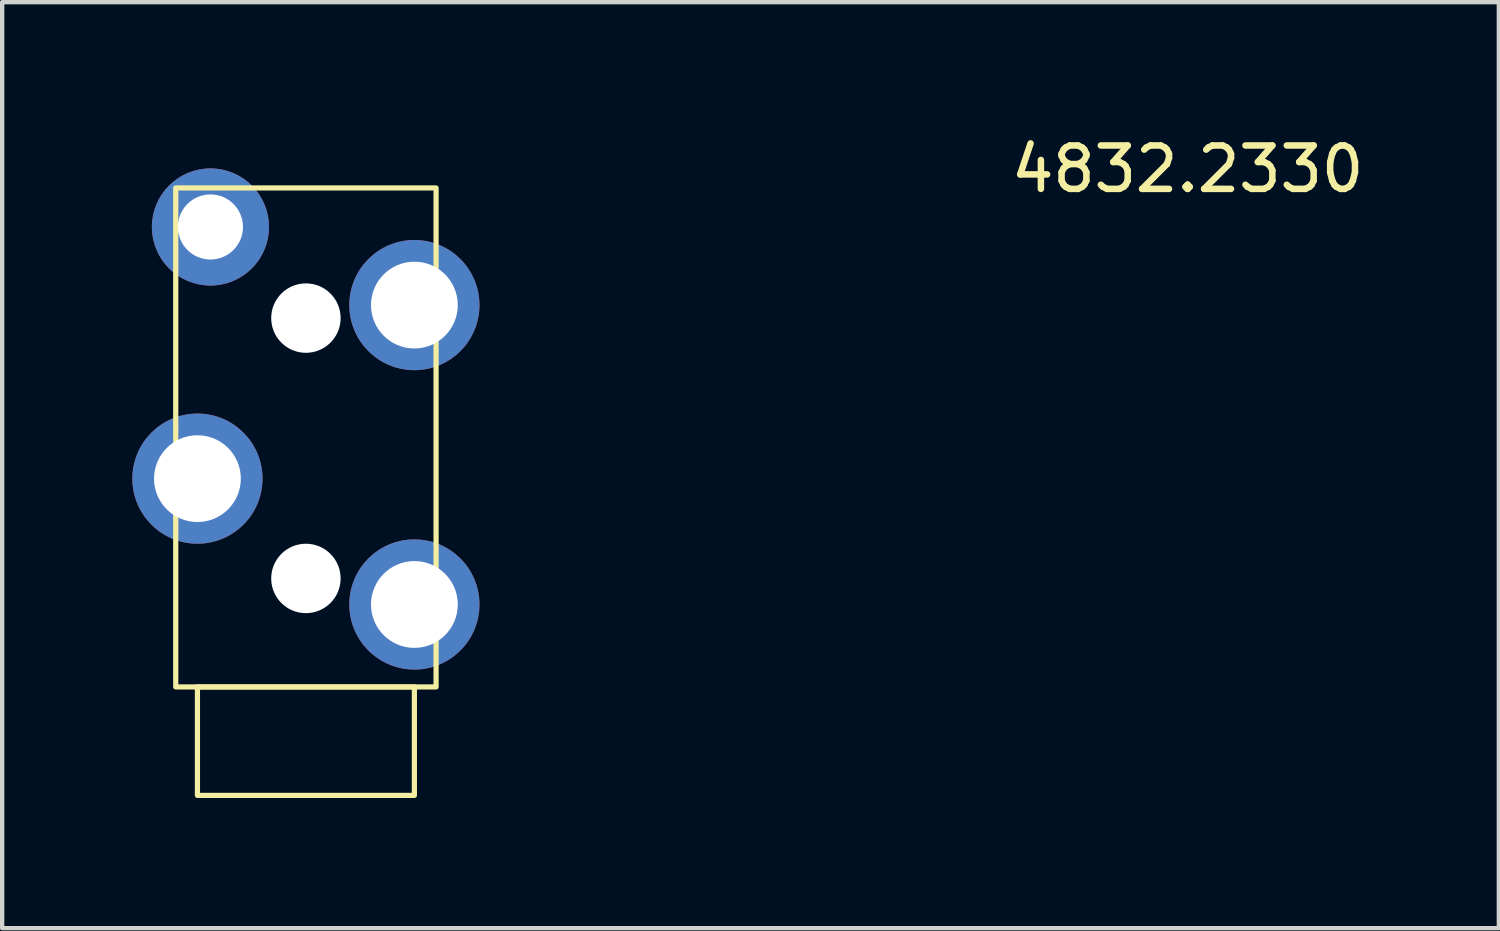
<source format=kicad_pcb>
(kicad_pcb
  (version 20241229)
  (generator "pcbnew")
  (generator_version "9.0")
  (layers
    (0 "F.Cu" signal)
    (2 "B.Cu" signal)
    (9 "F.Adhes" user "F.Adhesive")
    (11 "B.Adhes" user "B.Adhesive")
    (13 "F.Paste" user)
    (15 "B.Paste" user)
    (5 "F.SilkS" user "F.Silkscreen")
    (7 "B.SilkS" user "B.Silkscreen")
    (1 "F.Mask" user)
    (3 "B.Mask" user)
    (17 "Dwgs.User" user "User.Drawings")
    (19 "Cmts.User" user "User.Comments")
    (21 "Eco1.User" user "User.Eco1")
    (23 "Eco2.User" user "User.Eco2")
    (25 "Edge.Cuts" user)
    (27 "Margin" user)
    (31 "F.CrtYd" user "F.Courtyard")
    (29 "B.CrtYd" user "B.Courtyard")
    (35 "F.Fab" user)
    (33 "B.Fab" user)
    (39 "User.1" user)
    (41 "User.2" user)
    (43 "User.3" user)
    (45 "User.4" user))
  (footprint "4832.2330"
    (layer "F.Cu")
    (at 4 10.881)
    (property "Reference" "4832.2330" (at 20.32 -10.033 0) (unlocked yes) (layer "F.SilkS") (effects (font (size 1 1) (thickness 0.15))))
    (attr through_hole)
    (fp_rect (start -3 -9.6) (end 3 1.9) (stroke (width 0.12) (type default)) (fill no) (layer "F.SilkS"))
    (fp_rect (start -2.5 1.9) (end 2.5 4.4) (stroke (width 0.12) (type default)) (fill no) (layer "F.SilkS"))
    (pad "" np_thru_hole circle (at 0 -6.6) (size 1.6 1.6) (drill 1.6) (layers "*.Cu" "*.Mask"))
    (pad "" np_thru_hole circle (at 0 -0.6) (size 1.6 1.6) (drill 1.6) (layers "*.Cu" "*.Mask"))
    (pad "R" thru_hole circle (at -2.5 -2.9) (size 3 3) (drill 2) (layers "*.Cu" "*.Mask"))
    (pad "S" thru_hole circle (at 2.5 0) (size 3 3) (drill 2) (layers "*.Cu" "*.Mask"))
    (pad "T" thru_hole circle (at 2.5 -6.9) (size 3 3) (drill 2) (layers "*.Cu" "*.Mask"))
    (pad "TN" thru_hole circle (at -2.2 -8.7) (size 2.7 2.7) (drill 1.5) (layers "*.Cu" "*.Mask")))
  (gr_rect
    (start -3 -3)
    (end 31.493 18.341)
    (stroke (width 0.1) (type default))
    (fill no)
    (layer "Edge.Cuts")))
</source>
